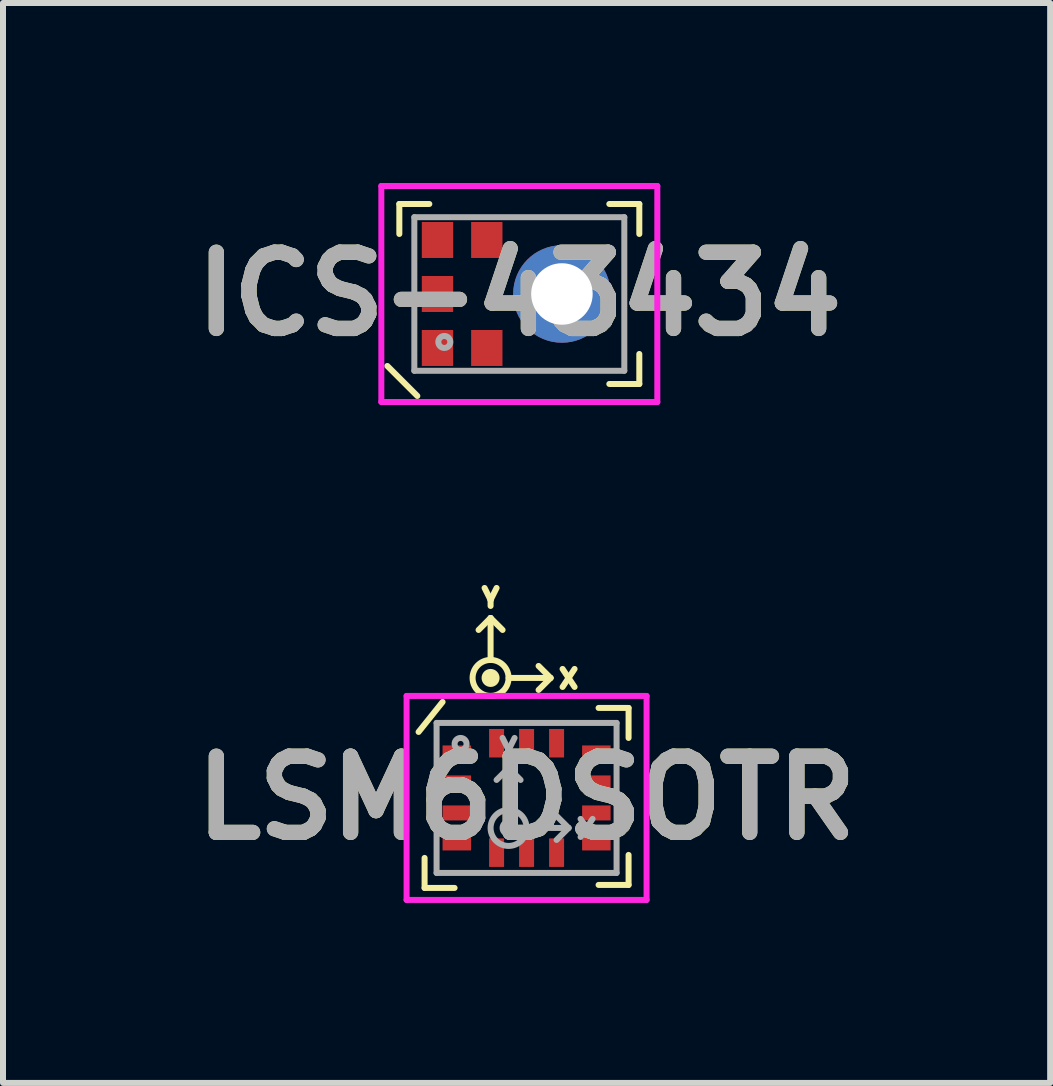
<source format=kicad_pcb>
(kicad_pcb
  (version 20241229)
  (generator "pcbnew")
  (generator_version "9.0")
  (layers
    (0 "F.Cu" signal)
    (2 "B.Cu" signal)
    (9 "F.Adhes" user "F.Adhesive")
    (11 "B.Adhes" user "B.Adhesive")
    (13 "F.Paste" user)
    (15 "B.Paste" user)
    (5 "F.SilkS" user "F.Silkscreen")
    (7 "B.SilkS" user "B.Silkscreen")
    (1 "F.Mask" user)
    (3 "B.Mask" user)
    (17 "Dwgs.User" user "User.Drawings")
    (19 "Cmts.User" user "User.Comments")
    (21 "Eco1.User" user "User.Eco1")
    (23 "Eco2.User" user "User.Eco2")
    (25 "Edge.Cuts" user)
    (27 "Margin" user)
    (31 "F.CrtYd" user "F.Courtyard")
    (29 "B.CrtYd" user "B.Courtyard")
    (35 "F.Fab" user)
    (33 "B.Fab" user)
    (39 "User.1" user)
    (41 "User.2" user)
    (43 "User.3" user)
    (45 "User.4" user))
  (footprint "ICS-43434"
    (layer "F.Cu")
    (at 5.606 1.85)
    (property "Reference" "ICS-43434" (at 0 0 0) (layer "F.SilkS") (effects (font (size 1.27 1.27) (thickness 0.254))))
    (attr through_hole)
    (fp_line (start -2.2 1.2) (end -1.7 1.7) (stroke (width 0.1) (type default)) (layer "F.SilkS"))
    (fp_line (start -2 -1.5) (end -2 -1) (stroke (width 0.1) (type default)) (layer "F.SilkS"))
    (fp_line (start -2 -1.5) (end -1.5 -1.5) (stroke (width 0.1) (type default)) (layer "F.SilkS"))
    (fp_line (start 2 -1.5) (end 1.5 -1.5) (stroke (width 0.1) (type default)) (layer "F.SilkS"))
    (fp_line (start 2 -1.5) (end 2 -1) (stroke (width 0.1) (type default)) (layer "F.SilkS"))
    (fp_line (start 2 1.5) (end 1.5 1.5) (stroke (width 0.1) (type default)) (layer "F.SilkS"))
    (fp_line (start 2 1.5) (end 2 1) (stroke (width 0.1) (type default)) (layer "F.SilkS"))
    (fp_line (start -2.3 -1.8) (end 2.3 -1.8) (stroke (width 0.1) (type solid)) (layer "F.CrtYd"))
    (fp_line (start -2.3 1.8) (end -2.3 -1.8) (stroke (width 0.1) (type solid)) (layer "F.CrtYd"))
    (fp_line (start 2.3 -1.8) (end 2.3 1.8) (stroke (width 0.1) (type solid)) (layer "F.CrtYd"))
    (fp_line (start 2.3 1.8) (end -2.3 1.8) (stroke (width 0.1) (type solid)) (layer "F.CrtYd"))
    (fp_line (start -1.75 -1.28) (end 1.75 -1.28) (stroke (width 0.1) (type solid)) (layer "F.Fab"))
    (fp_line (start -1.75 1.28) (end -1.75 -1.28) (stroke (width 0.1) (type solid)) (layer "F.Fab"))
    (fp_line (start 1.75 -1.28) (end 1.75 1.28) (stroke (width 0.1) (type solid)) (layer "F.Fab"))
    (fp_line (start 1.75 1.28) (end -1.75 1.28) (stroke (width 0.1) (type solid)) (layer "F.Fab"))
    (fp_circle (center -1.25 0.8) (end -1.15 0.8) (stroke (width 0.1) (type default)) (fill no) (layer "F.Fab"))
    (fp_text user "${REFERENCE}" (at 0 0 0) (layer "F.Fab") (effects (font (size 1.27 1.27) (thickness 0.254))))
    (pad "1" smd rect (at -1.364 0.9) (size 0.522 0.6) (layers "F.Cu" "F.Mask" "F.Paste"))
    (pad "2" smd rect (at -0.542 0.9) (size 0.522 0.6) (layers "F.Cu" "F.Mask" "F.Paste"))
    (pad "3" thru_hole circle (at 0.71 0) (size 1.625 1.625) (drill 1.025) (layers "*.Cu" "*.Mask"))
    (pad "4" smd rect (at -0.542 -0.9) (size 0.522 0.6) (layers "F.Cu" "F.Mask" "F.Paste"))
    (pad "5" smd rect (at -1.364 -0.9) (size 0.522 0.6) (layers "F.Cu" "F.Mask" "F.Paste"))
    (pad "6" smd rect (at -1.364 0) (size 0.522 0.6) (layers "F.Cu" "F.Mask" "F.Paste")))
  (footprint "LSM6DSOTR"
    (layer "F.Cu")
    (at 5.727 10.25)
    (property "Reference" "LSM6DSOTR" (at 0 0 0) (layer "F.SilkS") (effects (font (size 1.27 1.27) (thickness 0.254))))
    (attr smd)
    (fp_line (start -1.8 -1.1) (end -1.4 -1.6) (stroke (width 0.1) (type default)) (layer "F.SilkS"))
    (fp_line (start -1.7 1.5) (end -1.7 1) (stroke (width 0.1) (type default)) (layer "F.SilkS"))
    (fp_line (start -1.7 1.5) (end -1.2 1.5) (stroke (width 0.1) (type default)) (layer "F.SilkS"))
    (fp_line (start -0.7 -3.5) (end -0.6 -3.3) (stroke (width 0.1) (type default)) (layer "F.SilkS"))
    (fp_line (start -0.6 -3.3) (end -0.6 -3.2) (stroke (width 0.1) (type default)) (layer "F.SilkS"))
    (fp_line (start -0.6 -3) (end -0.8 -2.8) (stroke (width 0.1) (type default)) (layer "F.SilkS"))
    (fp_line (start -0.6 -3) (end -0.4 -2.8) (stroke (width 0.1) (type default)) (layer "F.SilkS"))
    (fp_line (start -0.6 -2.3) (end -0.6 -3) (stroke (width 0.1) (type default)) (layer "F.SilkS"))
    (fp_line (start -0.5 -3.5) (end -0.6 -3.3) (stroke (width 0.1) (type default)) (layer "F.SilkS"))
    (fp_line (start -0.3 -2) (end 0.4 -2) (stroke (width 0.1) (type default)) (layer "F.SilkS"))
    (fp_line (start 0.4 -2) (end 0.2 -2.2) (stroke (width 0.1) (type default)) (layer "F.SilkS"))
    (fp_line (start 0.4 -2) (end 0.2 -1.8) (stroke (width 0.1) (type default)) (layer "F.SilkS"))
    (fp_line (start 0.6 -2.15) (end 0.8 -1.85) (stroke (width 0.1) (type default)) (layer "F.SilkS"))
    (fp_line (start 0.6 -1.85) (end 0.8 -2.15) (stroke (width 0.1) (type default)) (layer "F.SilkS"))
    (fp_line (start 1.7 -1.5) (end 1.2 -1.5) (stroke (width 0.1) (type default)) (layer "F.SilkS"))
    (fp_line (start 1.7 -1.5) (end 1.7 -1) (stroke (width 0.1) (type default)) (layer "F.SilkS"))
    (fp_line (start 1.7 1.45) (end 1.2 1.45) (stroke (width 0.1) (type default)) (layer "F.SilkS"))
    (fp_line (start 1.7 1.45) (end 1.7 0.95) (stroke (width 0.1) (type default)) (layer "F.SilkS"))
    (fp_circle (center -0.6 -2) (end -0.6 -1.7) (stroke (width 0.1) (type default)) (fill no) (layer "F.SilkS"))
    (fp_circle (center -0.6 -2) (end -0.5 -2) (stroke (width 0.1) (type solid)) (fill yes) (layer "F.SilkS"))
    (fp_line (start -2 -1.7) (end 2 -1.7) (stroke (width 0.1) (type solid)) (layer "F.CrtYd"))
    (fp_line (start -2 1.7) (end -2 -1.7) (stroke (width 0.1) (type solid)) (layer "F.CrtYd"))
    (fp_line (start 2 -1.7) (end 2 1.7) (stroke (width 0.1) (type solid)) (layer "F.CrtYd"))
    (fp_line (start 2 1.7) (end -2 1.7) (stroke (width 0.1) (type solid)) (layer "F.CrtYd"))
    (fp_line (start -1.5 -1.25) (end 1.5 -1.25) (stroke (width 0.1) (type solid)) (layer "F.Fab"))
    (fp_line (start -1.5 1.25) (end -1.5 -1.25) (stroke (width 0.1) (type solid)) (layer "F.Fab"))
    (fp_line (start -0.4 -1) (end -0.3 -0.8) (stroke (width 0.1) (type default)) (layer "F.Fab"))
    (fp_line (start -0.3 -0.8) (end -0.3 -0.7) (stroke (width 0.1) (type default)) (layer "F.Fab"))
    (fp_line (start -0.3 -0.5) (end -0.5 -0.3) (stroke (width 0.1) (type default)) (layer "F.Fab"))
    (fp_line (start -0.3 -0.5) (end -0.1 -0.3) (stroke (width 0.1) (type default)) (layer "F.Fab"))
    (fp_line (start -0.3 0.2) (end -0.3 -0.5) (stroke (width 0.1) (type default)) (layer "F.Fab"))
    (fp_line (start -0.2 -1) (end -0.3 -0.8) (stroke (width 0.1) (type default)) (layer "F.Fab"))
    (fp_line (start 0 0.5) (end 0.7 0.5) (stroke (width 0.1) (type default)) (layer "F.Fab"))
    (fp_line (start 0.7 0.5) (end 0.5 0.3) (stroke (width 0.1) (type default)) (layer "F.Fab"))
    (fp_line (start 0.7 0.5) (end 0.5 0.7) (stroke (width 0.1) (type default)) (layer "F.Fab"))
    (fp_line (start 0.9 0.35) (end 1.1 0.65) (stroke (width 0.1) (type default)) (layer "F.Fab"))
    (fp_line (start 0.9 0.65) (end 1.1 0.35) (stroke (width 0.1) (type default)) (layer "F.Fab"))
    (fp_line (start 1.5 -1.25) (end 1.5 1.25) (stroke (width 0.1) (type solid)) (layer "F.Fab"))
    (fp_line (start 1.5 1.25) (end -1.5 1.25) (stroke (width 0.1) (type solid)) (layer "F.Fab"))
    (fp_circle (center -1.1 -0.9) (end -1 -0.9) (stroke (width 0.1) (type solid)) (fill no) (layer "F.Fab"))
    (fp_circle (center -0.3 0.5) (end -0.3 0.8) (stroke (width 0.1) (type default)) (fill no) (layer "F.Fab"))
    (fp_circle (center -0.3 0.5) (end -0.2 0.5) (stroke (width 0.1) (type solid)) (fill no) (layer "F.Fab"))
    (fp_text user "${REFERENCE}" (at 0 0 0) (layer "F.Fab") (effects (font (size 1.27 1.27) (thickness 0.254))))
    (pad "1" smd rect (at -1.163 -0.75 90) (size 0.25 0.475) (layers "F.Cu" "F.Mask" "F.Paste"))
    (pad "2" smd rect (at -1.163 -0.25 90) (size 0.25 0.475) (layers "F.Cu" "F.Mask" "F.Paste"))
    (pad "3" smd rect (at -1.163 0.25 90) (size 0.25 0.475) (layers "F.Cu" "F.Mask" "F.Paste"))
    (pad "4" smd rect (at -1.163 0.75 90) (size 0.25 0.475) (layers "F.Cu" "F.Mask" "F.Paste"))
    (pad "5" smd rect (at -0.5 0.912) (size 0.25 0.475) (layers "F.Cu" "F.Mask" "F.Paste"))
    (pad "6" smd rect (at 0 0.912) (size 0.25 0.475) (layers "F.Cu" "F.Mask" "F.Paste"))
    (pad "7" smd rect (at 0.5 0.912) (size 0.25 0.475) (layers "F.Cu" "F.Mask" "F.Paste"))
    (pad "8" smd rect (at 1.163 0.75 90) (size 0.25 0.475) (layers "F.Cu" "F.Mask" "F.Paste"))
    (pad "9" smd rect (at 1.163 0.25 90) (size 0.25 0.475) (layers "F.Cu" "F.Mask" "F.Paste"))
    (pad "10" smd rect (at 1.163 -0.25 90) (size 0.25 0.475) (layers "F.Cu" "F.Mask" "F.Paste"))
    (pad "11" smd rect (at 1.163 -0.75 90) (size 0.25 0.475) (layers "F.Cu" "F.Mask" "F.Paste"))
    (pad "12" smd rect (at 0.5 -0.912) (size 0.25 0.475) (layers "F.Cu" "F.Mask" "F.Paste"))
    (pad "13" smd rect (at 0 -0.912) (size 0.25 0.475) (layers "F.Cu" "F.Mask" "F.Paste"))
    (pad "14" smd rect (at -0.5 -0.912) (size 0.25 0.475) (layers "F.Cu" "F.Mask" "F.Paste")))
  (gr_rect
    (start -3 -3)
    (end 14.454 15)
    (stroke (width 0.1) (type default))
    (fill no)
    (layer "Edge.Cuts")))
</source>
